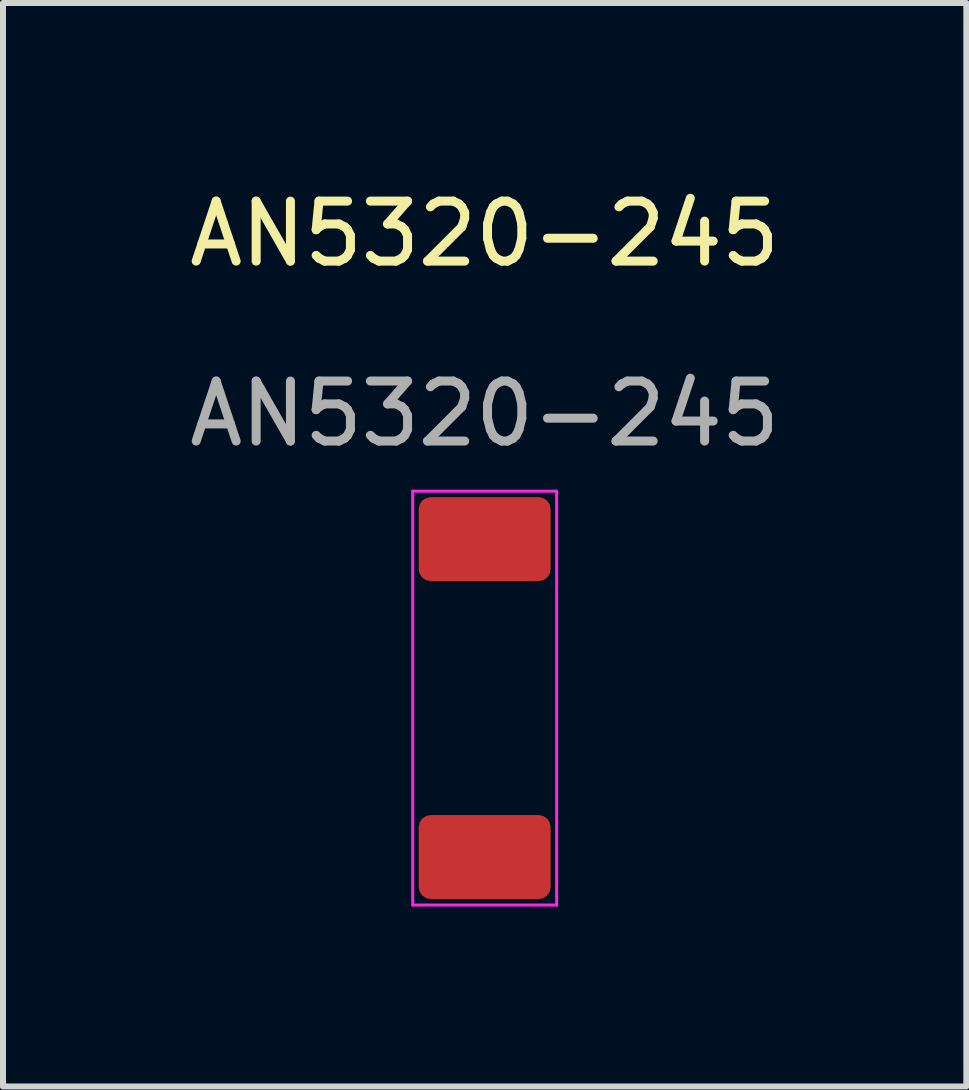
<source format=kicad_pcb>
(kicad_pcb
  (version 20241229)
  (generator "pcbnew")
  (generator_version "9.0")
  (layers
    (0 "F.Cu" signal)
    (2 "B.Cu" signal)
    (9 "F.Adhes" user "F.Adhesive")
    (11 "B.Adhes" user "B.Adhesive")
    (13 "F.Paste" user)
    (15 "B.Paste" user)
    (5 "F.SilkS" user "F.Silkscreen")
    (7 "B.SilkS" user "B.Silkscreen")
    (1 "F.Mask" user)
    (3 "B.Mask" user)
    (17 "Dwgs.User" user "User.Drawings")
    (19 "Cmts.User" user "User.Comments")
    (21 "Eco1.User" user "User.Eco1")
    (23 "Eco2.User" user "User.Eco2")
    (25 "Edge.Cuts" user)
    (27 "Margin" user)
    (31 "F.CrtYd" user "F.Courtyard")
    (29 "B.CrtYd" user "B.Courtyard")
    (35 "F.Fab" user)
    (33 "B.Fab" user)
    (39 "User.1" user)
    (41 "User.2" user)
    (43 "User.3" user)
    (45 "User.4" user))
  (footprint "AN5320-245"
    (layer "F.Cu")
    (at 5.03 11.238)
    (property "Reference" "AN5320-245" (at 0 -10.39 0) (unlocked yes) (layer "F.SilkS") (effects (font (size 1 1) (thickness 0.15))))
    (attr smd)
    (fp_line (start -1.2 -6.1) (end 1.2 -6.1) (stroke (width 0.05) (type default)) (layer "F.CrtYd"))
    (fp_line (start -1.2 0.8) (end -1.2 -6.1) (stroke (width 0.05) (type default)) (layer "F.CrtYd"))
    (fp_line (start 1.2 -6.1) (end 1.2 0.8) (stroke (width 0.05) (type default)) (layer "F.CrtYd"))
    (fp_line (start 1.2 0.8) (end -1.2 0.8) (stroke (width 0.05) (type default)) (layer "F.CrtYd"))
    (fp_text user "${REFERENCE}" (at 0 -7.39 0) (unlocked yes) (layer "F.Fab") (effects (font (size 1 1) (thickness 0.15))))
    (pad "1" smd roundrect (at 0 0) (size 2.2 1.4) (layers "F.Cu" "F.Mask" "F.Paste") (roundrect_rratio 0.143))
    (pad "2" smd roundrect (at 0 -5.3) (size 2.2 1.4) (layers "F.Cu" "F.Mask" "F.Paste") (roundrect_rratio 0.143)))
  (gr_rect
    (start -3 -3)
    (end 13.06 15.063)
    (stroke (width 0.1) (type default))
    (fill no)
    (layer "Edge.Cuts")))
</source>
